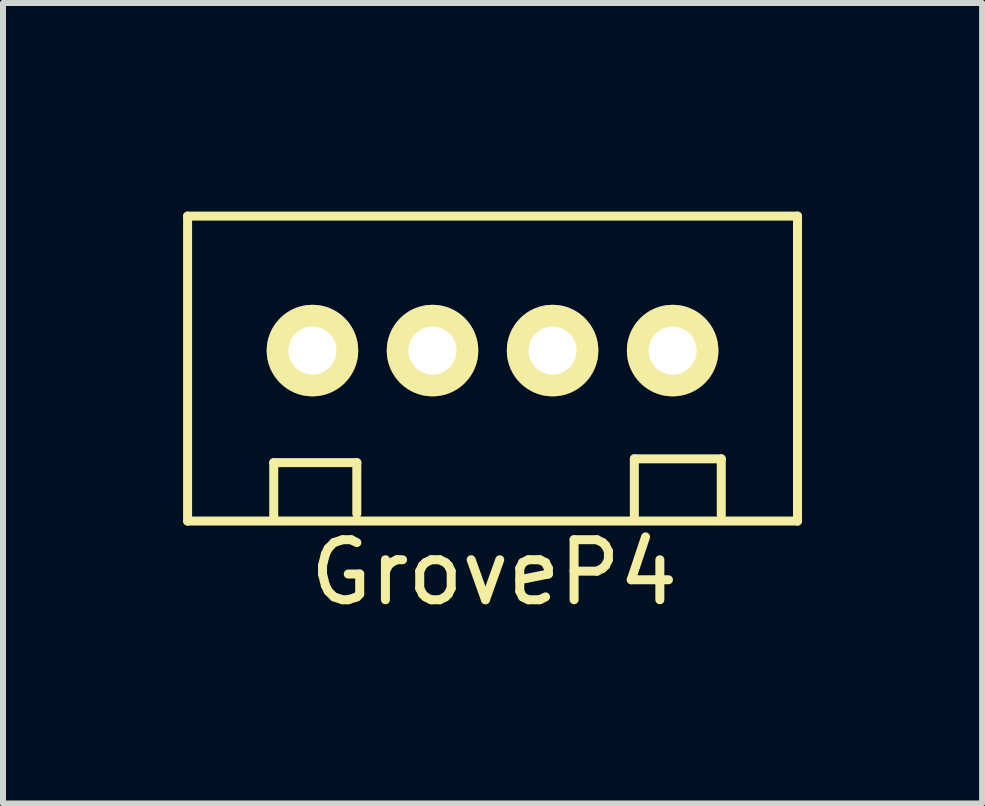
<source format=kicad_pcb>
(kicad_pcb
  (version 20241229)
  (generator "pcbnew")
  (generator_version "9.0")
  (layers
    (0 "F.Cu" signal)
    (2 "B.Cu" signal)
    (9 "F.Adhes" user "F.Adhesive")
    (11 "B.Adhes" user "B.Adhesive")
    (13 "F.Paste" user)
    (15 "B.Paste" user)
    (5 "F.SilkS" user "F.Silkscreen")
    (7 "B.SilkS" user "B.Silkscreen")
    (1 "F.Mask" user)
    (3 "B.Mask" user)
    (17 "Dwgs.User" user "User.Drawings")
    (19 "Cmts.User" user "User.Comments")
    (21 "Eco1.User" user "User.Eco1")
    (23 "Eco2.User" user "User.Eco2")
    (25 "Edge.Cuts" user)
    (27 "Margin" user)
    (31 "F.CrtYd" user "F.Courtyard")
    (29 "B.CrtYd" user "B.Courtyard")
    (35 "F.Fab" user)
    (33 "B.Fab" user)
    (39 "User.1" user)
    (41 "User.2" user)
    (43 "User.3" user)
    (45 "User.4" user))
  (footprint "GroveP4"
    (layer "F.Cu")
    (at 5.155 0.25)
    (property "Reference" "GroveP4" (at 0.025 6.236 0) (layer "F.SilkS") (effects (font (size 1 1) (thickness 0.15))))
    (attr through_hole)
    (fp_line (start -5.08 0.3) (end 5.08 0.3) (stroke (width 0.15) (type solid)) (layer "F.SilkS"))
    (fp_line (start -5.08 5.38) (end -5.08 0.3) (stroke (width 0.15) (type solid)) (layer "F.SilkS"))
    (fp_line (start -5.08 5.38) (end 5.08 5.38) (stroke (width 0.15) (type solid)) (layer "F.SilkS"))
    (fp_line (start -3.645 4.407) (end -2.261 4.407) (stroke (width 0.15) (type solid)) (layer "F.SilkS"))
    (fp_line (start -3.645 5.359) (end -3.645 4.407) (stroke (width 0.15) (type solid)) (layer "F.SilkS"))
    (fp_line (start -2.261 4.407) (end -2.261 5.258) (stroke (width 0.15) (type solid)) (layer "F.SilkS"))
    (fp_line (start 2.362 4.343) (end 3.81 4.343) (stroke (width 0.15) (type solid)) (layer "F.SilkS"))
    (fp_line (start 2.362 5.347) (end 2.362 4.343) (stroke (width 0.15) (type solid)) (layer "F.SilkS"))
    (fp_line (start 3.81 4.343) (end 3.81 5.283) (stroke (width 0.15) (type solid)) (layer "F.SilkS"))
    (fp_line (start 5.08 5.38) (end 5.08 0.3) (stroke (width 0.15) (type solid)) (layer "F.SilkS"))
    (pad "1" thru_hole circle (at -3 2.54) (size 1.524 1.524) (drill 0.8) (layers "*.Cu" "*.Mask" "F.SilkS"))
    (pad "2" thru_hole circle (at -1 2.54) (size 1.524 1.524) (drill 0.8) (layers "*.Cu" "*.Mask" "F.SilkS"))
    (pad "3" thru_hole circle (at 1 2.54) (size 1.524 1.524) (drill 0.8) (layers "*.Cu" "*.Mask" "F.SilkS"))
    (pad "4" thru_hole circle (at 3 2.54) (size 1.524 1.524) (drill 0.8) (layers "*.Cu" "*.Mask" "F.SilkS")))
  (gr_rect
    (start -3 -3)
    (end 13.31 10.334)
    (stroke (width 0.1) (type default))
    (fill no)
    (layer "Edge.Cuts")))
</source>
